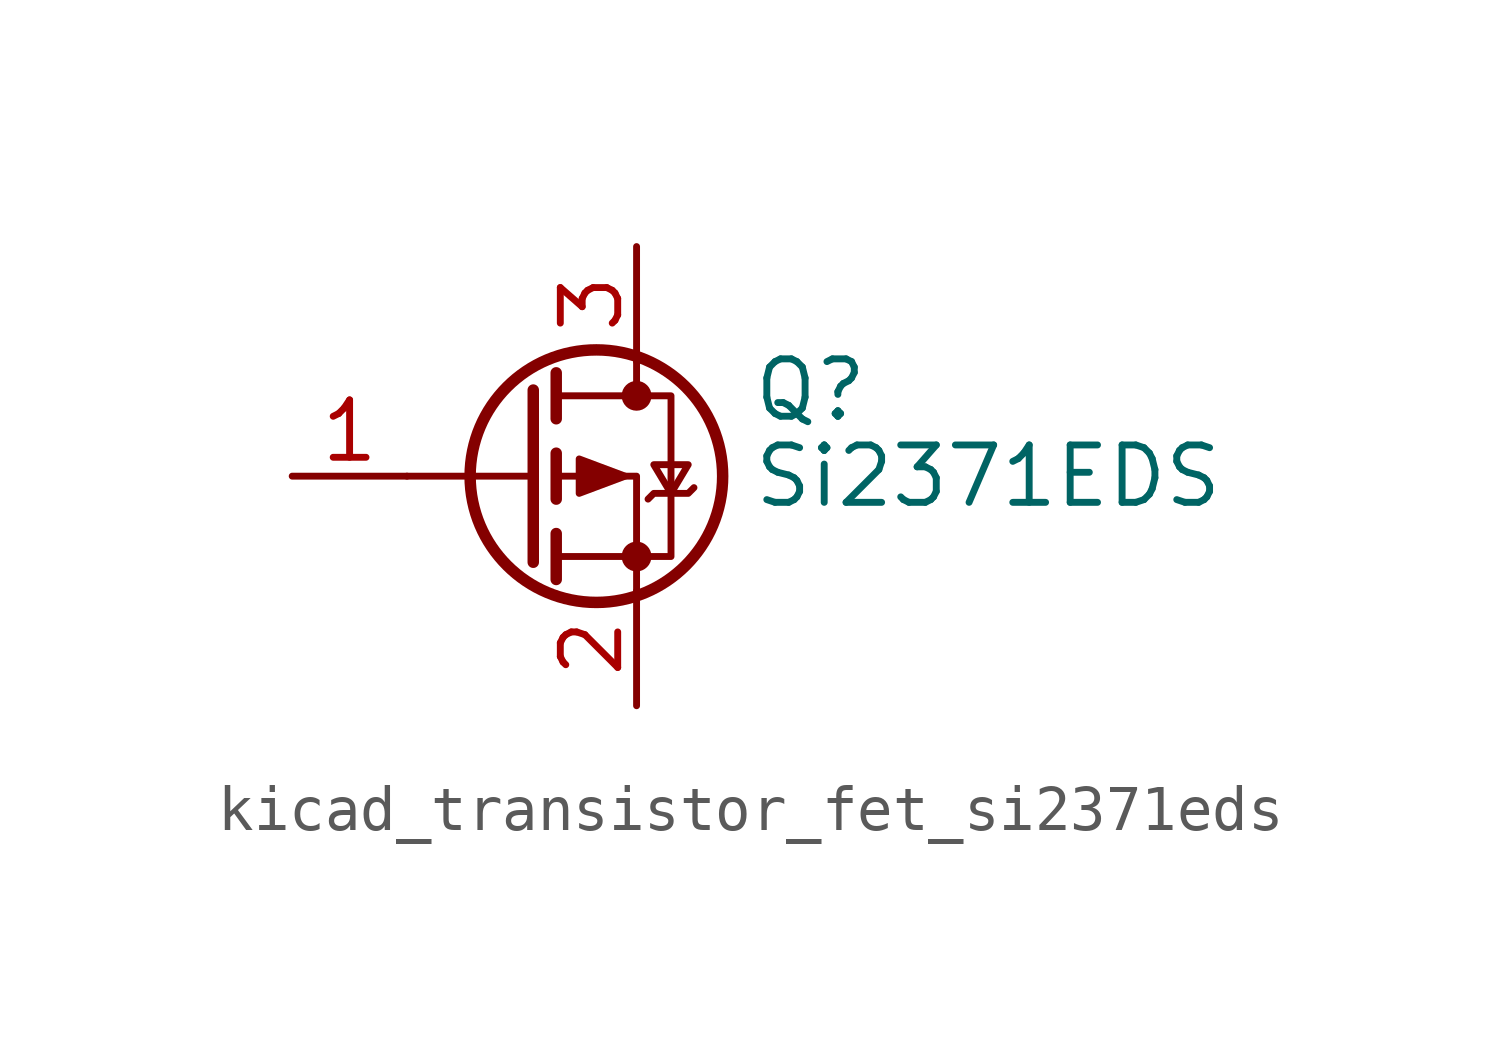
<source format=kicad_sym>
(kicad_symbol_lib
  (version 20220914)
  (generator kicad_symbol_editor)
  (symbol "kicad_transistor_fet_si2371eds"
    (pin_names hide)
    (property "Reference" "Q"
      (at 5.08 1.905 0)
      (effects (font (size 1.27 1.27)) (justify left)))
    (property "Value" "Si2371EDS"
      (at 5.08 0 0)
      (effects (font (size 1.27 1.27)) (justify left)))
    (symbol "kicad_transistor_fet_si2371eds_0_1"
      (polyline (pts (xy 0.254 0) (xy -2.54 0)) (stroke (width 0) (type default)) (fill (type none)))
      (polyline (pts (xy 0.254 1.905) (xy 0.254 -1.905)) (stroke (width 0.254) (type default)) (fill (type none)))
      (polyline (pts (xy 0.762 -1.27) (xy 0.762 -2.286)) (stroke (width 0.254) (type default)) (fill (type none)))
      (polyline (pts (xy 0.762 0.508) (xy 0.762 -0.508)) (stroke (width 0.254) (type default)) (fill (type none)))
      (polyline (pts (xy 0.762 2.286) (xy 0.762 1.27)) (stroke (width 0.254) (type default)) (fill (type none)))
      (polyline (pts (xy 2.54 2.54) (xy 2.54 1.778)) (stroke (width 0) (type default)) (fill (type none)))
      (polyline (pts (xy 2.54 -2.54) (xy 2.54 0) (xy 0.762 0)) (stroke (width 0) (type default)) (fill (type none)))
      (polyline (pts (xy 0.762 1.778) (xy 3.302 1.778) (xy 3.302 -1.778) (xy 0.762 -1.778)) (stroke (width 0) (type default)) (fill (type none)))
      (polyline (pts (xy 2.286 0) (xy 1.27 0.381) (xy 1.27 -0.381) (xy 2.286 0)) (stroke (width 0) (type default)) (fill (type outline)))
      (polyline (pts (xy 2.794 -0.508) (xy 2.921 -0.381) (xy 3.683 -0.381) (xy 3.81 -0.254)) (stroke (width 0) (type default)) (fill (type none)))
      (polyline (pts (xy 3.302 -0.381) (xy 2.921 0.254) (xy 3.683 0.254) (xy 3.302 -0.381)) (stroke (width 0) (type default)) (fill (type none)))
      (circle (center 1.651 0) (radius 2.794) (stroke (width 0.254) (type default)) (fill (type none)))
      (circle (center 2.54 -1.778) (radius 0.254) (stroke (width 0) (type default)) (fill (type outline)))
      (circle (center 2.54 1.778) (radius 0.254) (stroke (width 0) (type default)) (fill (type outline))))
    (symbol "kicad_transistor_fet_si2371eds_1_1"
      (pin input line (at -5.08 0 0) (length 2.54) (name "G" (effects (font (size 1.27 1.27)))) (number "1" (effects (font (size 1.27 1.27)))))
      (pin passive line (at 2.54 -5.08 90) (length 2.54) (name "S" (effects (font (size 1.27 1.27)))) (number "2" (effects (font (size 1.27 1.27)))))
      (pin passive line (at 2.54 5.08 270) (length 2.54) (name "D" (effects (font (size 1.27 1.27)))) (number "3" (effects (font (size 1.27 1.27))))))))
</source>
